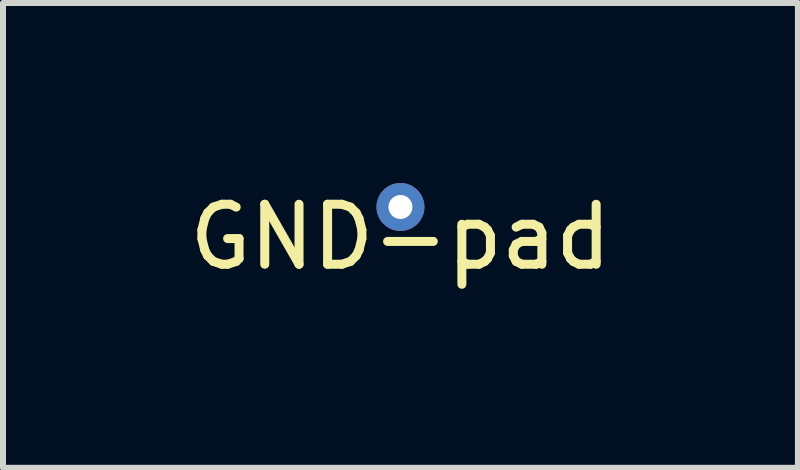
<source format=kicad_pcb>
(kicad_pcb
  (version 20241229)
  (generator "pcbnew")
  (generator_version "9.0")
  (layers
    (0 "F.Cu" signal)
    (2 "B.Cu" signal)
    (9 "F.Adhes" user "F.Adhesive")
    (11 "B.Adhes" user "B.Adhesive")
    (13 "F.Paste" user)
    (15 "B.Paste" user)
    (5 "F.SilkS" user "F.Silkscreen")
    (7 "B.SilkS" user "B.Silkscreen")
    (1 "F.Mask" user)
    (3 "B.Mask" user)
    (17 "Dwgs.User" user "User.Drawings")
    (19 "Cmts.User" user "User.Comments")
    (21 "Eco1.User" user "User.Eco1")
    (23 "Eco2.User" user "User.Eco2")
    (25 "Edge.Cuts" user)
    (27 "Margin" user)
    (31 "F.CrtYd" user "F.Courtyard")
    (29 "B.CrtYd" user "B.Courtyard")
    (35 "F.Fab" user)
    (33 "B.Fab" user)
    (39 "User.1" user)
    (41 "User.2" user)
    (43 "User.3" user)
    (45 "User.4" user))
  (footprint "GND-pad"
    (layer "F.Cu")
    (at 3.625 0.4)
    (property "Reference" "GND-pad" (at 0 0.5 0) (layer "F.SilkS") (effects (font (size 1 1) (thickness 0.15))))
    (attr through_hole)
    (pad "1" thru_hole circle (at 0 0) (size 0.8 0.8) (drill 0.4) (layers "*.Cu" "*.Mask")))
  (gr_rect
    (start -3 -3)
    (end 10.25 4.748)
    (stroke (width 0.1) (type default))
    (fill no)
    (layer "Edge.Cuts")))
</source>
